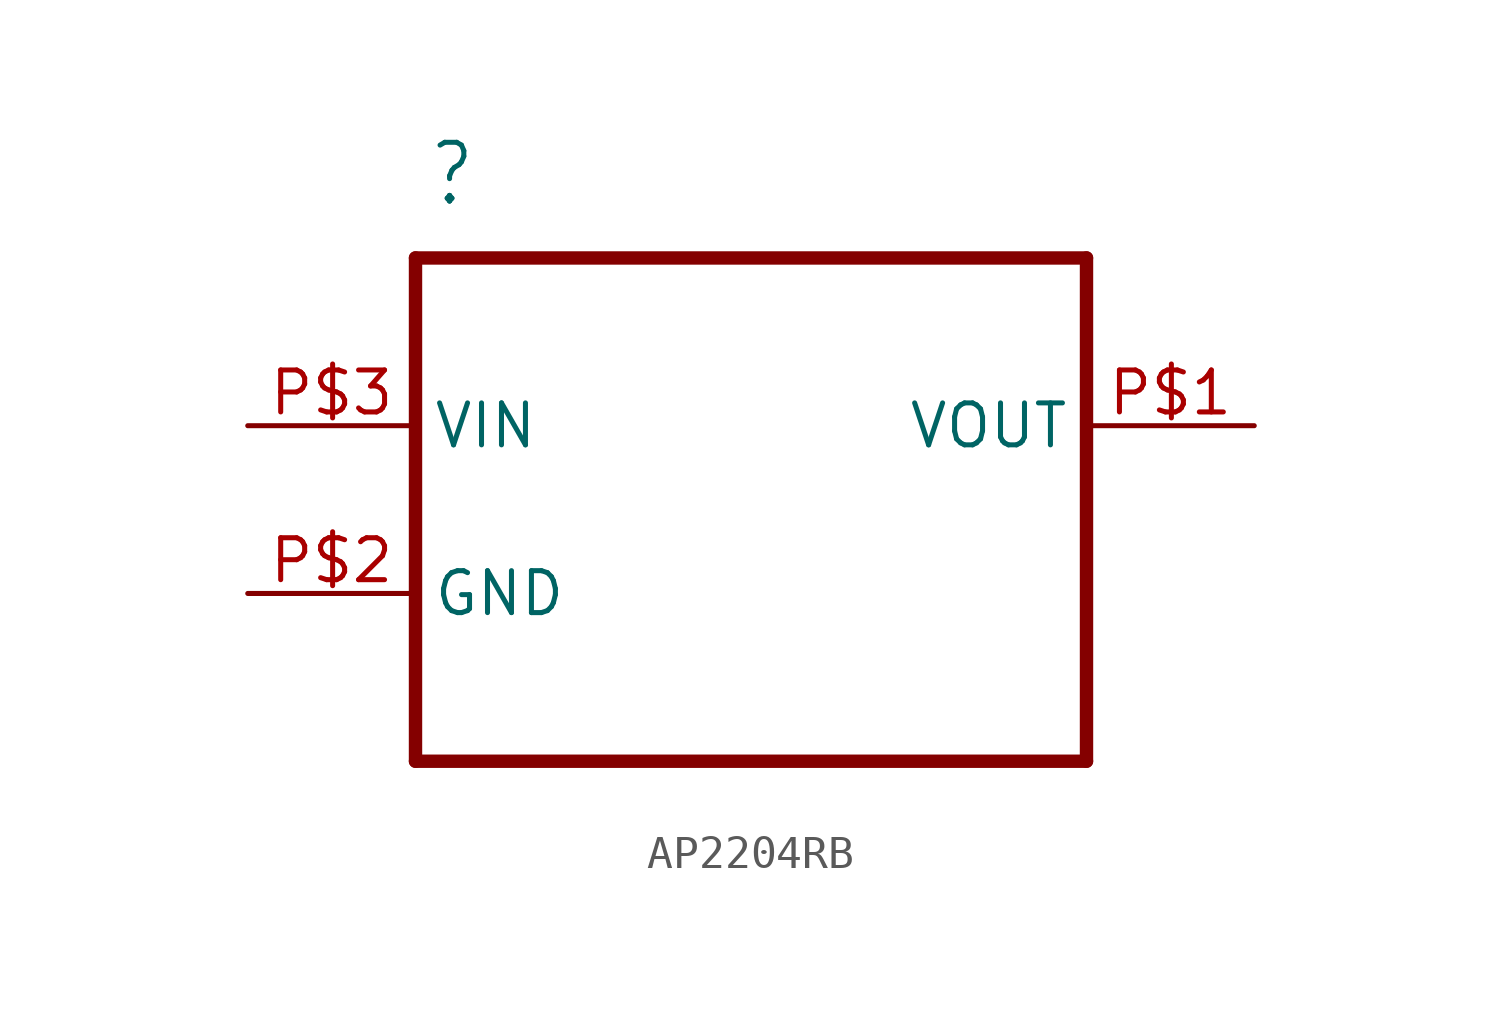
<source format=kicad_sym>
(kicad_symbol_lib
  (version 20211014)
  (generator kicad_symbol_editor)
  (symbol "AP2204RB"
    (property "Reference" ""
      (at -12.344 6.579 0)
      (effects (font (size 1.778 1.511)) (justify left bottom)))
    (property "ki_locked" ""
      (at 0 0 0)
      (effects (font (size 1.27 1.27))))
    (symbol "AP2204RB_1_0"
      (polyline (pts (xy -12.7 -10.16) (xy 7.62 -10.16)) (stroke (width 0.406) (type default) (color 0 0 0 0)) (fill (type none)))
      (polyline (pts (xy -12.7 5.08) (xy -12.7 -10.16)) (stroke (width 0.406) (type default) (color 0 0 0 0)) (fill (type none)))
      (polyline (pts (xy 7.62 -10.16) (xy 7.62 5.08)) (stroke (width 0.406) (type default) (color 0 0 0 0)) (fill (type none)))
      (polyline (pts (xy 7.62 5.08) (xy -12.7 5.08)) (stroke (width 0.406) (type default) (color 0 0 0 0)) (fill (type none)))
      (pin output line (at 12.7 0 180) (length 5.08) (name "VOUT" (effects (font (size 1.27 1.27)))) (number "P$1" (effects (font (size 1.27 1.27)))))
      (pin passive line (at -17.78 -5.08 0) (length 5.08) (name "GND" (effects (font (size 1.27 1.27)))) (number "P$2" (effects (font (size 1.27 1.27)))))
      (pin input line (at -17.78 0 0) (length 5.08) (name "VIN" (effects (font (size 1.27 1.27)))) (number "P$3" (effects (font (size 1.27 1.27))))))))
</source>
